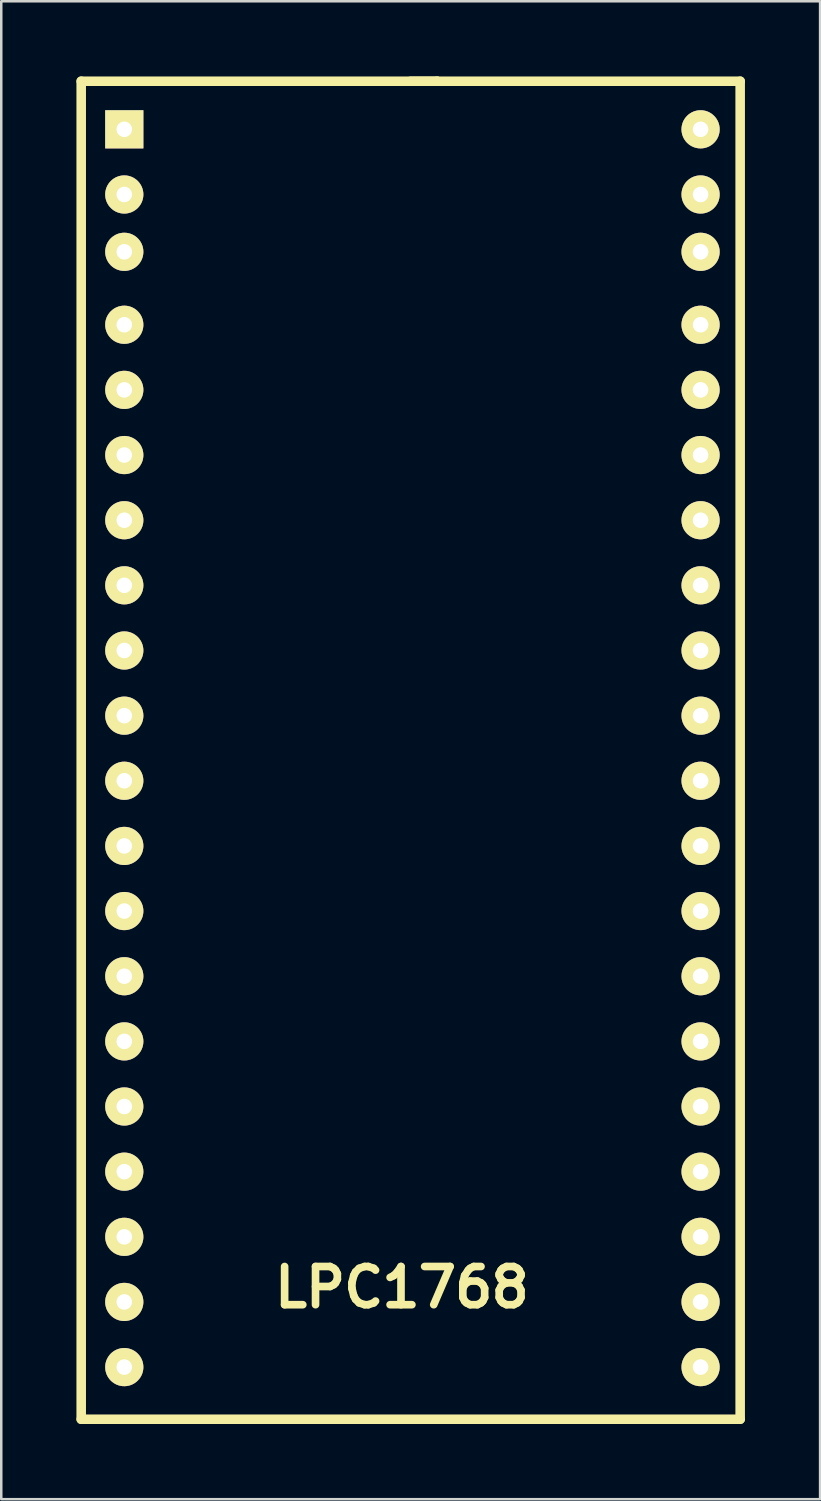
<source format=kicad_pcb>
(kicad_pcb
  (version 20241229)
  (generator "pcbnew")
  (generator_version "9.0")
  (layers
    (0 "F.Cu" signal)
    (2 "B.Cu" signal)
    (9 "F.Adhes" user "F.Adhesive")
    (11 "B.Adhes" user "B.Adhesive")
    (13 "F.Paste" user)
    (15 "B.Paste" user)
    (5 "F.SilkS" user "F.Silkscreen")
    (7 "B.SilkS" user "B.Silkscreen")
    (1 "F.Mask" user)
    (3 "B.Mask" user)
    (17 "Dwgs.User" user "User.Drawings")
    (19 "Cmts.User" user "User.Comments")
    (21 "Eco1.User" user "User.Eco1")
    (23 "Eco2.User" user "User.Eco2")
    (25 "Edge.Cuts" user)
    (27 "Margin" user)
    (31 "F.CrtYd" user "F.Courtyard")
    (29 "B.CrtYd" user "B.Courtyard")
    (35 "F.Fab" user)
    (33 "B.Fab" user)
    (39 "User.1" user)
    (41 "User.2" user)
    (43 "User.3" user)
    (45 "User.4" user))
  (footprint "LPC1768"
    (layer "F.Cu")
    (at 13.739 26.82)
    (property "Reference" "LPC1768" (at -0.749 21.511 0) (layer "F.SilkS") (effects (font (size 1.524 1.524) (thickness 0.305))))
    (attr through_hole)
    (fp_line (start -13.548 -26.629) (end 0.65 -26.629) (stroke (width 0.381) (type solid)) (layer "F.SilkS"))
    (fp_line (start -13.548 26.772) (end -13.548 -26.629) (stroke (width 0.381) (type solid)) (layer "F.SilkS"))
    (fp_line (start -0.399 -26.629) (end 12.751 -26.629) (stroke (width 0.381) (type solid)) (layer "F.SilkS"))
    (fp_line (start 0.65 -26.629) (end 0.66 -26.629) (stroke (width 0.381) (type solid)) (layer "F.SilkS"))
    (fp_line (start 12.751 -26.629) (end 12.751 26.772) (stroke (width 0.381) (type solid)) (layer "F.SilkS"))
    (fp_line (start 12.751 26.772) (end -13.548 26.772) (stroke (width 0.381) (type solid)) (layer "F.SilkS"))
    (pad "1" thru_hole rect (at -11.829 -24.709) (size 1.524 1.524) (drill 0.62) (layers "*.Cu" "*.Mask" "F.SilkS"))
    (pad "2" thru_hole circle (at -11.829 -22.108) (size 1.524 1.524) (drill 0.62) (layers "*.Cu" "*.Mask" "F.SilkS"))
    (pad "3" thru_hole circle (at -11.829 -19.82) (size 1.524 1.524) (drill 0.62) (layers "*.Cu" "*.Mask" "F.SilkS"))
    (pad "4" thru_hole circle (at -11.829 -16.909) (size 1.524 1.524) (drill 0.62) (layers "*.Cu" "*.Mask" "F.SilkS"))
    (pad "5" thru_hole circle (at -11.829 -14.31) (size 1.524 1.524) (drill 0.62) (layers "*.Cu" "*.Mask" "F.SilkS"))
    (pad "6" thru_hole circle (at -11.829 -11.709) (size 1.524 1.524) (drill 0.62) (layers "*.Cu" "*.Mask" "F.SilkS"))
    (pad "7" thru_hole circle (at -11.829 -9.108) (size 1.524 1.524) (drill 0.62) (layers "*.Cu" "*.Mask" "F.SilkS"))
    (pad "8" thru_hole circle (at -11.829 -6.51) (size 1.524 1.524) (drill 0.62) (layers "*.Cu" "*.Mask" "F.SilkS"))
    (pad "9" thru_hole circle (at -11.829 -3.909) (size 1.524 1.524) (drill 0.62) (layers "*.Cu" "*.Mask" "F.SilkS"))
    (pad "10" thru_hole circle (at -11.829 -1.308) (size 1.524 1.524) (drill 0.62) (layers "*.Cu" "*.Mask" "F.SilkS"))
    (pad "11" thru_hole circle (at -11.829 1.29) (size 1.524 1.524) (drill 0.62) (layers "*.Cu" "*.Mask" "F.SilkS"))
    (pad "12" thru_hole circle (at -11.829 3.891) (size 1.524 1.524) (drill 0.62) (layers "*.Cu" "*.Mask" "F.SilkS"))
    (pad "13" thru_hole circle (at -11.829 6.49) (size 1.524 1.524) (drill 0.62) (layers "*.Cu" "*.Mask" "F.SilkS"))
    (pad "14" thru_hole circle (at -11.829 9.091) (size 1.524 1.524) (drill 0.62) (layers "*.Cu" "*.Mask" "F.SilkS"))
    (pad "15" thru_hole circle (at -11.829 11.692) (size 1.524 1.524) (drill 0.62) (layers "*.Cu" "*.Mask" "F.SilkS"))
    (pad "16" thru_hole circle (at -11.829 14.29) (size 1.524 1.524) (drill 0.62) (layers "*.Cu" "*.Mask" "F.SilkS"))
    (pad "17" thru_hole circle (at -11.829 16.891) (size 1.524 1.524) (drill 0.62) (layers "*.Cu" "*.Mask" "F.SilkS"))
    (pad "18" thru_hole circle (at -11.829 19.492) (size 1.524 1.524) (drill 0.62) (layers "*.Cu" "*.Mask" "F.SilkS"))
    (pad "19" thru_hole circle (at -11.829 22.09) (size 1.524 1.524) (drill 0.62) (layers "*.Cu" "*.Mask" "F.SilkS"))
    (pad "20" thru_hole circle (at -11.829 24.691) (size 1.524 1.524) (drill 0.62) (layers "*.Cu" "*.Mask" "F.SilkS"))
    (pad "21" thru_hole circle (at 11.171 24.691) (size 1.524 1.524) (drill 0.62) (layers "*.Cu" "*.Mask" "F.SilkS"))
    (pad "22" thru_hole circle (at 11.171 22.09) (size 1.524 1.524) (drill 0.62) (layers "*.Cu" "*.Mask" "F.SilkS"))
    (pad "23" thru_hole circle (at 11.171 19.492) (size 1.524 1.524) (drill 0.62) (layers "*.Cu" "*.Mask" "F.SilkS"))
    (pad "24" thru_hole circle (at 11.171 16.891) (size 1.524 1.524) (drill 0.62) (layers "*.Cu" "*.Mask" "F.SilkS"))
    (pad "25" thru_hole circle (at 11.171 14.29) (size 1.524 1.524) (drill 0.62) (layers "*.Cu" "*.Mask" "F.SilkS"))
    (pad "26" thru_hole circle (at 11.171 11.692) (size 1.524 1.524) (drill 0.62) (layers "*.Cu" "*.Mask" "F.SilkS"))
    (pad "27" thru_hole circle (at 11.171 9.091) (size 1.524 1.524) (drill 0.62) (layers "*.Cu" "*.Mask" "F.SilkS"))
    (pad "28" thru_hole circle (at 11.171 6.49) (size 1.524 1.524) (drill 0.62) (layers "*.Cu" "*.Mask" "F.SilkS"))
    (pad "29" thru_hole circle (at 11.171 3.891) (size 1.524 1.524) (drill 0.62) (layers "*.Cu" "*.Mask" "F.SilkS"))
    (pad "30" thru_hole circle (at 11.171 1.29) (size 1.524 1.524) (drill 0.62) (layers "*.Cu" "*.Mask" "F.SilkS"))
    (pad "31" thru_hole circle (at 11.171 -1.308) (size 1.524 1.524) (drill 0.62) (layers "*.Cu" "*.Mask" "F.SilkS"))
    (pad "32" thru_hole circle (at 11.171 -3.909) (size 1.524 1.524) (drill 0.62) (layers "*.Cu" "*.Mask" "F.SilkS"))
    (pad "33" thru_hole circle (at 11.171 -6.51) (size 1.524 1.524) (drill 0.62) (layers "*.Cu" "*.Mask" "F.SilkS"))
    (pad "34" thru_hole circle (at 11.171 -9.108) (size 1.524 1.524) (drill 0.62) (layers "*.Cu" "*.Mask" "F.SilkS"))
    (pad "35" thru_hole circle (at 11.171 -11.709) (size 1.524 1.524) (drill 0.62) (layers "*.Cu" "*.Mask" "F.SilkS"))
    (pad "36" thru_hole circle (at 11.171 -14.31) (size 1.524 1.524) (drill 0.62) (layers "*.Cu" "*.Mask" "F.SilkS"))
    (pad "37" thru_hole circle (at 11.171 -16.909) (size 1.524 1.524) (drill 0.62) (layers "*.Cu" "*.Mask" "F.SilkS"))
    (pad "38" thru_hole circle (at 11.171 -19.82) (size 1.524 1.524) (drill 0.62) (layers "*.Cu" "*.Mask" "F.SilkS"))
    (pad "39" thru_hole circle (at 11.171 -22.108) (size 1.524 1.524) (drill 0.62) (layers "*.Cu" "*.Mask" "F.SilkS"))
    (pad "40" thru_hole circle (at 11.171 -24.709) (size 1.524 1.524) (drill 0.62) (layers "*.Cu" "*.Mask" "F.SilkS")))
  (gr_rect
    (start -3 -3)
    (end 29.68 56.782)
    (stroke (width 0.1) (type default))
    (fill no)
    (layer "Edge.Cuts")))
</source>
